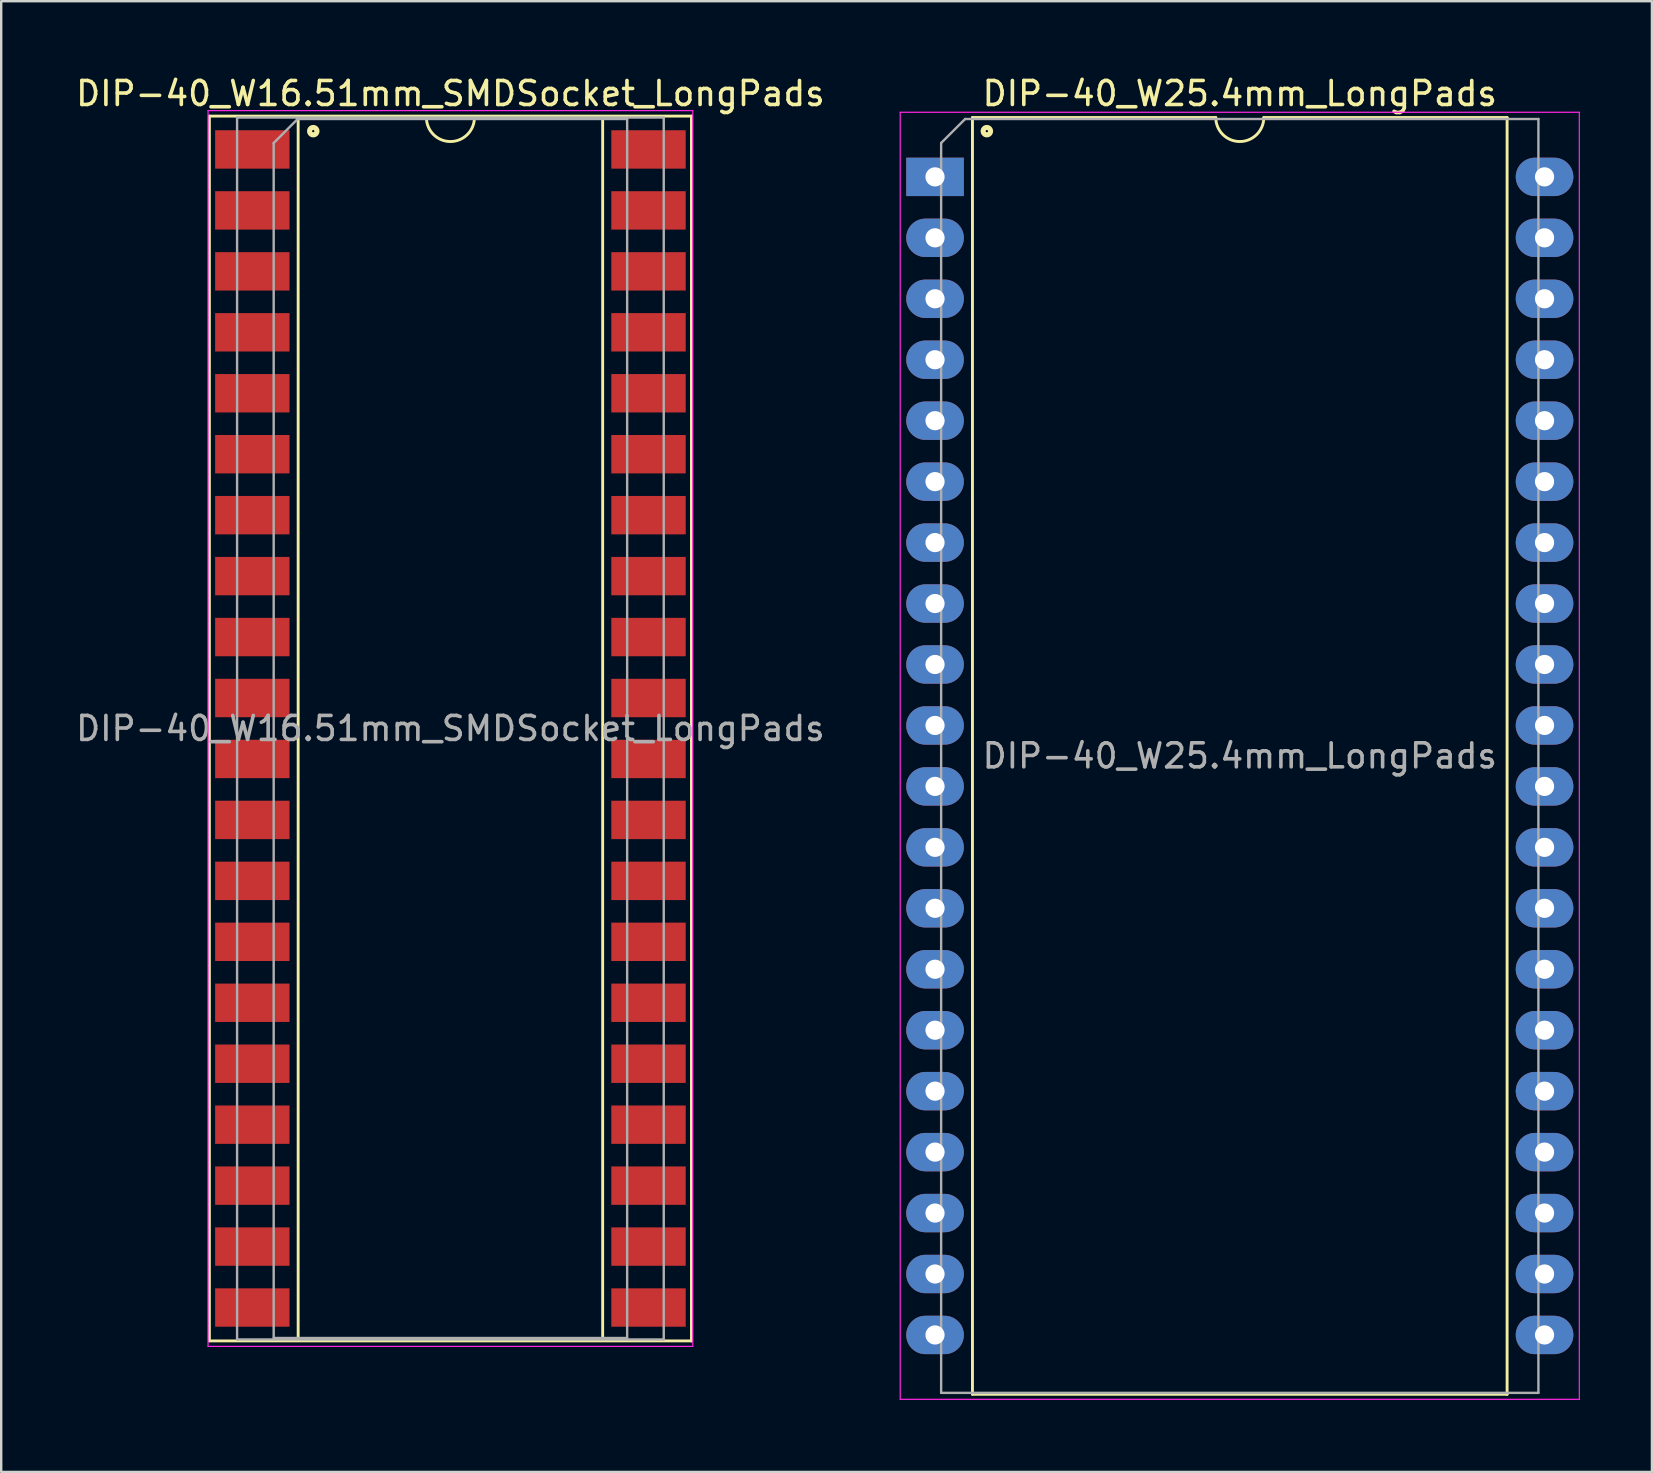
<source format=kicad_pcb>
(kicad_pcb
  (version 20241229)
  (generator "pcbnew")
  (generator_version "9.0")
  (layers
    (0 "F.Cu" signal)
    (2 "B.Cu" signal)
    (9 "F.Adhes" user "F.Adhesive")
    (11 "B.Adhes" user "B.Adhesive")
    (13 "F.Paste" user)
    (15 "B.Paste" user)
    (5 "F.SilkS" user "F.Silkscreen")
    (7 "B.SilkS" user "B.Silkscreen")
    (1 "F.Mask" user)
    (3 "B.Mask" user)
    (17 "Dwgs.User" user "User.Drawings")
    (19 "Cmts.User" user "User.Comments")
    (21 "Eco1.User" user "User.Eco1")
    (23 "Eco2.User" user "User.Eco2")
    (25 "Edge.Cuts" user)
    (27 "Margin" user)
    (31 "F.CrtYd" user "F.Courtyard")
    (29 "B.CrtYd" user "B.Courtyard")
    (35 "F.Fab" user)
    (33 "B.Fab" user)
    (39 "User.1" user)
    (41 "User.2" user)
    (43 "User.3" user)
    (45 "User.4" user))
  (footprint "DIP-40_W25.4mm_LongPads"
    (layer "F.Cu")
    (at 35.915 4.321)
    (property "Reference" "DIP-40_W25.4mm_LongPads" (at 12.7 -3.473 0) (layer "F.SilkS") (effects (font (size 1 1) (thickness 0.15))))
    (attr through_hole)
    (fp_line (start 1.56 -2.473) (end 1.56 50.733) (stroke (width 0.12) (type solid)) (layer "F.SilkS"))
    (fp_line (start 1.56 50.733) (end 23.84 50.733) (stroke (width 0.12) (type solid)) (layer "F.SilkS"))
    (fp_line (start 11.7 -2.473) (end 1.56 -2.473) (stroke (width 0.12) (type solid)) (layer "F.SilkS"))
    (fp_line (start 23.84 -2.473) (end 13.7 -2.473) (stroke (width 0.12) (type solid)) (layer "F.SilkS"))
    (fp_line (start 23.84 50.733) (end 23.84 -2.473) (stroke (width 0.12) (type solid)) (layer "F.SilkS"))
    (fp_arc (start 13.7 -2.473) (mid 12.7 -1.473) (end 11.7 -2.473) (stroke (width 0.12) (type solid)) (layer "F.SilkS"))
    (fp_circle (center 2.159 -1.905) (end 2.209 -1.905) (stroke (width 0.12) (type solid)) (fill no) (layer "F.SilkS"))
    (fp_circle (center 2.159 -1.905) (end 2.284 -1.905) (stroke (width 0.12) (type solid)) (fill no) (layer "F.SilkS"))
    (fp_circle (center 2.159 -1.905) (end 2.359 -1.905) (stroke (width 0.12) (type solid)) (fill no) (layer "F.SilkS"))
    (fp_line (start -1.45 -2.693) (end -1.45 50.943) (stroke (width 0.05) (type solid)) (layer "F.CrtYd"))
    (fp_line (start -1.45 50.943) (end 26.85 50.943) (stroke (width 0.05) (type solid)) (layer "F.CrtYd"))
    (fp_line (start 26.85 -2.693) (end -1.45 -2.693) (stroke (width 0.05) (type solid)) (layer "F.CrtYd"))
    (fp_line (start 26.85 50.943) (end 26.85 -2.693) (stroke (width 0.05) (type solid)) (layer "F.CrtYd"))
    (fp_line (start 0.255 -1.413) (end 1.255 -2.413) (stroke (width 0.1) (type solid)) (layer "F.Fab"))
    (fp_line (start 0.255 50.673) (end 0.255 -1.413) (stroke (width 0.1) (type solid)) (layer "F.Fab"))
    (fp_line (start 1.255 -2.413) (end 25.145 -2.413) (stroke (width 0.1) (type solid)) (layer "F.Fab"))
    (fp_line (start 25.145 -2.413) (end 25.145 50.673) (stroke (width 0.1) (type solid)) (layer "F.Fab"))
    (fp_line (start 25.145 50.673) (end 0.255 50.673) (stroke (width 0.1) (type solid)) (layer "F.Fab"))
    (fp_text user "${REFERENCE}" (at 12.7 24.13 0) (layer "F.Fab") (effects (font (size 1 1) (thickness 0.15))))
    (pad "1" thru_hole rect (at 0 0) (size 2.4 1.6) (drill 0.8) (layers "*.Cu" "*.Mask"))
    (pad "2" thru_hole oval (at 0 2.54) (size 2.4 1.6) (drill 0.8) (layers "*.Cu" "*.Mask"))
    (pad "3" thru_hole oval (at 0 5.08) (size 2.4 1.6) (drill 0.8) (layers "*.Cu" "*.Mask"))
    (pad "4" thru_hole oval (at 0 7.62) (size 2.4 1.6) (drill 0.8) (layers "*.Cu" "*.Mask"))
    (pad "5" thru_hole oval (at 0 10.16) (size 2.4 1.6) (drill 0.8) (layers "*.Cu" "*.Mask"))
    (pad "6" thru_hole oval (at 0 12.7) (size 2.4 1.6) (drill 0.8) (layers "*.Cu" "*.Mask"))
    (pad "7" thru_hole oval (at 0 15.24) (size 2.4 1.6) (drill 0.8) (layers "*.Cu" "*.Mask"))
    (pad "8" thru_hole oval (at 0 17.78) (size 2.4 1.6) (drill 0.8) (layers "*.Cu" "*.Mask"))
    (pad "9" thru_hole oval (at 0 20.32) (size 2.4 1.6) (drill 0.8) (layers "*.Cu" "*.Mask"))
    (pad "10" thru_hole oval (at 0 22.86) (size 2.4 1.6) (drill 0.8) (layers "*.Cu" "*.Mask"))
    (pad "11" thru_hole oval (at 0 25.4) (size 2.4 1.6) (drill 0.8) (layers "*.Cu" "*.Mask"))
    (pad "12" thru_hole oval (at 0 27.94) (size 2.4 1.6) (drill 0.8) (layers "*.Cu" "*.Mask"))
    (pad "13" thru_hole oval (at 0 30.48) (size 2.4 1.6) (drill 0.8) (layers "*.Cu" "*.Mask"))
    (pad "14" thru_hole oval (at 0 33.02) (size 2.4 1.6) (drill 0.8) (layers "*.Cu" "*.Mask"))
    (pad "15" thru_hole oval (at 0 35.56) (size 2.4 1.6) (drill 0.8) (layers "*.Cu" "*.Mask"))
    (pad "16" thru_hole oval (at 0 38.1) (size 2.4 1.6) (drill 0.8) (layers "*.Cu" "*.Mask"))
    (pad "17" thru_hole oval (at 0 40.64) (size 2.4 1.6) (drill 0.8) (layers "*.Cu" "*.Mask"))
    (pad "18" thru_hole oval (at 0 43.18) (size 2.4 1.6) (drill 0.8) (layers "*.Cu" "*.Mask"))
    (pad "19" thru_hole oval (at 0 45.72) (size 2.4 1.6) (drill 0.8) (layers "*.Cu" "*.Mask"))
    (pad "20" thru_hole oval (at 0 48.26) (size 2.4 1.6) (drill 0.8) (layers "*.Cu" "*.Mask"))
    (pad "21" thru_hole oval (at 25.4 48.26) (size 2.4 1.6) (drill 0.8) (layers "*.Cu" "*.Mask"))
    (pad "22" thru_hole oval (at 25.4 45.72) (size 2.4 1.6) (drill 0.8) (layers "*.Cu" "*.Mask"))
    (pad "23" thru_hole oval (at 25.4 43.18) (size 2.4 1.6) (drill 0.8) (layers "*.Cu" "*.Mask"))
    (pad "24" thru_hole oval (at 25.4 40.64) (size 2.4 1.6) (drill 0.8) (layers "*.Cu" "*.Mask"))
    (pad "25" thru_hole oval (at 25.4 38.1) (size 2.4 1.6) (drill 0.8) (layers "*.Cu" "*.Mask"))
    (pad "26" thru_hole oval (at 25.4 35.56) (size 2.4 1.6) (drill 0.8) (layers "*.Cu" "*.Mask"))
    (pad "27" thru_hole oval (at 25.4 33.02) (size 2.4 1.6) (drill 0.8) (layers "*.Cu" "*.Mask"))
    (pad "28" thru_hole oval (at 25.4 30.48) (size 2.4 1.6) (drill 0.8) (layers "*.Cu" "*.Mask"))
    (pad "29" thru_hole oval (at 25.4 27.94) (size 2.4 1.6) (drill 0.8) (layers "*.Cu" "*.Mask"))
    (pad "30" thru_hole oval (at 25.4 25.4) (size 2.4 1.6) (drill 0.8) (layers "*.Cu" "*.Mask"))
    (pad "31" thru_hole oval (at 25.4 22.86) (size 2.4 1.6) (drill 0.8) (layers "*.Cu" "*.Mask"))
    (pad "32" thru_hole oval (at 25.4 20.32) (size 2.4 1.6) (drill 0.8) (layers "*.Cu" "*.Mask"))
    (pad "33" thru_hole oval (at 25.4 17.78) (size 2.4 1.6) (drill 0.8) (layers "*.Cu" "*.Mask"))
    (pad "34" thru_hole oval (at 25.4 15.24) (size 2.4 1.6) (drill 0.8) (layers "*.Cu" "*.Mask"))
    (pad "35" thru_hole oval (at 25.4 12.7) (size 2.4 1.6) (drill 0.8) (layers "*.Cu" "*.Mask"))
    (pad "36" thru_hole oval (at 25.4 10.16) (size 2.4 1.6) (drill 0.8) (layers "*.Cu" "*.Mask"))
    (pad "37" thru_hole oval (at 25.4 7.62) (size 2.4 1.6) (drill 0.8) (layers "*.Cu" "*.Mask"))
    (pad "38" thru_hole oval (at 25.4 5.08) (size 2.4 1.6) (drill 0.8) (layers "*.Cu" "*.Mask"))
    (pad "39" thru_hole oval (at 25.4 2.54) (size 2.4 1.6) (drill 0.8) (layers "*.Cu" "*.Mask"))
    (pad "40" thru_hole oval (at 25.4 0) (size 2.4 1.6) (drill 0.8) (layers "*.Cu" "*.Mask")))
  (footprint "DIP-40_W16.51mm_SMDSocket_LongPads"
    (layer "F.Cu")
    (at 15.72 27.308)
    (property "Reference" "DIP-40_W16.51mm_SMDSocket_LongPads" (at 0 -26.46 0) (layer "F.SilkS") (effects (font (size 1 1) (thickness 0.15))))
    (attr smd)
    (fp_line (start -10.045 -25.52) (end -10.045 25.52) (stroke (width 0.12) (type solid)) (layer "F.SilkS"))
    (fp_line (start -10.045 25.52) (end 10.045 25.52) (stroke (width 0.12) (type solid)) (layer "F.SilkS"))
    (fp_line (start -6.345 -25.46) (end -6.345 25.46) (stroke (width 0.12) (type solid)) (layer "F.SilkS"))
    (fp_line (start -6.345 25.46) (end 6.345 25.46) (stroke (width 0.12) (type solid)) (layer "F.SilkS"))
    (fp_line (start -1 -25.46) (end -6.345 -25.46) (stroke (width 0.12) (type solid)) (layer "F.SilkS"))
    (fp_line (start 6.345 -25.46) (end 1 -25.46) (stroke (width 0.12) (type solid)) (layer "F.SilkS"))
    (fp_line (start 6.345 25.46) (end 6.345 -25.46) (stroke (width 0.12) (type solid)) (layer "F.SilkS"))
    (fp_line (start 10.045 -25.52) (end -10.045 -25.52) (stroke (width 0.12) (type solid)) (layer "F.SilkS"))
    (fp_line (start 10.045 25.52) (end 10.045 -25.52) (stroke (width 0.12) (type solid)) (layer "F.SilkS"))
    (fp_arc (start 1 -25.46) (mid 0 -24.46) (end -1 -25.46) (stroke (width 0.12) (type solid)) (layer "F.SilkS"))
    (fp_circle (center -5.715 -24.892) (end -5.665 -24.892) (stroke (width 0.12) (type solid)) (fill no) (layer "F.SilkS"))
    (fp_circle (center -5.715 -24.892) (end -5.59 -24.892) (stroke (width 0.12) (type solid)) (fill no) (layer "F.SilkS"))
    (fp_circle (center -5.715 -24.892) (end -5.515 -24.892) (stroke (width 0.12) (type solid)) (fill no) (layer "F.SilkS"))
    (fp_line (start -10.1 -25.75) (end -10.1 25.75) (stroke (width 0.05) (type solid)) (layer "F.CrtYd"))
    (fp_line (start -10.1 25.75) (end 10.1 25.75) (stroke (width 0.05) (type solid)) (layer "F.CrtYd"))
    (fp_line (start 10.1 -25.75) (end -10.1 -25.75) (stroke (width 0.05) (type solid)) (layer "F.CrtYd"))
    (fp_line (start 10.1 25.75) (end 10.1 -25.75) (stroke (width 0.05) (type solid)) (layer "F.CrtYd"))
    (fp_line (start -8.89 -25.46) (end -8.89 25.46) (stroke (width 0.1) (type solid)) (layer "F.Fab"))
    (fp_line (start -8.89 25.46) (end 8.89 25.46) (stroke (width 0.1) (type solid)) (layer "F.Fab"))
    (fp_line (start -7.365 -24.4) (end -6.365 -25.4) (stroke (width 0.1) (type solid)) (layer "F.Fab"))
    (fp_line (start -7.365 25.4) (end -7.365 -24.4) (stroke (width 0.1) (type solid)) (layer "F.Fab"))
    (fp_line (start -6.365 -25.4) (end 7.365 -25.4) (stroke (width 0.1) (type solid)) (layer "F.Fab"))
    (fp_line (start 7.365 -25.4) (end 7.365 25.4) (stroke (width 0.1) (type solid)) (layer "F.Fab"))
    (fp_line (start 7.365 25.4) (end -7.365 25.4) (stroke (width 0.1) (type solid)) (layer "F.Fab"))
    (fp_line (start 8.89 -25.46) (end -8.89 -25.46) (stroke (width 0.1) (type solid)) (layer "F.Fab"))
    (fp_line (start 8.89 25.46) (end 8.89 -25.46) (stroke (width 0.1) (type solid)) (layer "F.Fab"))
    (fp_text user "${REFERENCE}" (at 0 0 0) (layer "F.Fab") (effects (font (size 1 1) (thickness 0.15))))
    (pad "1" smd rect (at -8.255 -24.13) (size 3.1 1.6) (layers "F.Cu" "F.Mask" "F.Paste"))
    (pad "2" smd rect (at -8.255 -21.59) (size 3.1 1.6) (layers "F.Cu" "F.Mask" "F.Paste"))
    (pad "3" smd rect (at -8.255 -19.05) (size 3.1 1.6) (layers "F.Cu" "F.Mask" "F.Paste"))
    (pad "4" smd rect (at -8.255 -16.51) (size 3.1 1.6) (layers "F.Cu" "F.Mask" "F.Paste"))
    (pad "5" smd rect (at -8.255 -13.97) (size 3.1 1.6) (layers "F.Cu" "F.Mask" "F.Paste"))
    (pad "6" smd rect (at -8.255 -11.43) (size 3.1 1.6) (layers "F.Cu" "F.Mask" "F.Paste"))
    (pad "7" smd rect (at -8.255 -8.89) (size 3.1 1.6) (layers "F.Cu" "F.Mask" "F.Paste"))
    (pad "8" smd rect (at -8.255 -6.35) (size 3.1 1.6) (layers "F.Cu" "F.Mask" "F.Paste"))
    (pad "9" smd rect (at -8.255 -3.81) (size 3.1 1.6) (layers "F.Cu" "F.Mask" "F.Paste"))
    (pad "10" smd rect (at -8.255 -1.27) (size 3.1 1.6) (layers "F.Cu" "F.Mask" "F.Paste"))
    (pad "11" smd rect (at -8.255 1.27) (size 3.1 1.6) (layers "F.Cu" "F.Mask" "F.Paste"))
    (pad "12" smd rect (at -8.255 3.81) (size 3.1 1.6) (layers "F.Cu" "F.Mask" "F.Paste"))
    (pad "13" smd rect (at -8.255 6.35) (size 3.1 1.6) (layers "F.Cu" "F.Mask" "F.Paste"))
    (pad "14" smd rect (at -8.255 8.89) (size 3.1 1.6) (layers "F.Cu" "F.Mask" "F.Paste"))
    (pad "15" smd rect (at -8.255 11.43) (size 3.1 1.6) (layers "F.Cu" "F.Mask" "F.Paste"))
    (pad "16" smd rect (at -8.255 13.97) (size 3.1 1.6) (layers "F.Cu" "F.Mask" "F.Paste"))
    (pad "17" smd rect (at -8.255 16.51) (size 3.1 1.6) (layers "F.Cu" "F.Mask" "F.Paste"))
    (pad "18" smd rect (at -8.255 19.05) (size 3.1 1.6) (layers "F.Cu" "F.Mask" "F.Paste"))
    (pad "19" smd rect (at -8.255 21.59) (size 3.1 1.6) (layers "F.Cu" "F.Mask" "F.Paste"))
    (pad "20" smd rect (at -8.255 24.13) (size 3.1 1.6) (layers "F.Cu" "F.Mask" "F.Paste"))
    (pad "21" smd rect (at 8.255 24.13) (size 3.1 1.6) (layers "F.Cu" "F.Mask" "F.Paste"))
    (pad "22" smd rect (at 8.255 21.59) (size 3.1 1.6) (layers "F.Cu" "F.Mask" "F.Paste"))
    (pad "23" smd rect (at 8.255 19.05) (size 3.1 1.6) (layers "F.Cu" "F.Mask" "F.Paste"))
    (pad "24" smd rect (at 8.255 16.51) (size 3.1 1.6) (layers "F.Cu" "F.Mask" "F.Paste"))
    (pad "25" smd rect (at 8.255 13.97) (size 3.1 1.6) (layers "F.Cu" "F.Mask" "F.Paste"))
    (pad "26" smd rect (at 8.255 11.43) (size 3.1 1.6) (layers "F.Cu" "F.Mask" "F.Paste"))
    (pad "27" smd rect (at 8.255 8.89) (size 3.1 1.6) (layers "F.Cu" "F.Mask" "F.Paste"))
    (pad "28" smd rect (at 8.255 6.35) (size 3.1 1.6) (layers "F.Cu" "F.Mask" "F.Paste"))
    (pad "29" smd rect (at 8.255 3.81) (size 3.1 1.6) (layers "F.Cu" "F.Mask" "F.Paste"))
    (pad "30" smd rect (at 8.255 1.27) (size 3.1 1.6) (layers "F.Cu" "F.Mask" "F.Paste"))
    (pad "31" smd rect (at 8.255 -1.27) (size 3.1 1.6) (layers "F.Cu" "F.Mask" "F.Paste"))
    (pad "32" smd rect (at 8.255 -3.81) (size 3.1 1.6) (layers "F.Cu" "F.Mask" "F.Paste"))
    (pad "33" smd rect (at 8.255 -6.35) (size 3.1 1.6) (layers "F.Cu" "F.Mask" "F.Paste"))
    (pad "34" smd rect (at 8.255 -8.89) (size 3.1 1.6) (layers "F.Cu" "F.Mask" "F.Paste"))
    (pad "35" smd rect (at 8.255 -11.43) (size 3.1 1.6) (layers "F.Cu" "F.Mask" "F.Paste"))
    (pad "36" smd rect (at 8.255 -13.97) (size 3.1 1.6) (layers "F.Cu" "F.Mask" "F.Paste"))
    (pad "37" smd rect (at 8.255 -16.51) (size 3.1 1.6) (layers "F.Cu" "F.Mask" "F.Paste"))
    (pad "38" smd rect (at 8.255 -19.05) (size 3.1 1.6) (layers "F.Cu" "F.Mask" "F.Paste"))
    (pad "39" smd rect (at 8.255 -21.59) (size 3.1 1.6) (layers "F.Cu" "F.Mask" "F.Paste"))
    (pad "40" smd rect (at 8.255 -24.13) (size 3.1 1.6) (layers "F.Cu" "F.Mask" "F.Paste")))
  (gr_rect
    (start -3 -3)
    (end 65.79 58.289)
    (stroke (width 0.1) (type default))
    (fill no)
    (layer "Edge.Cuts")))
</source>
